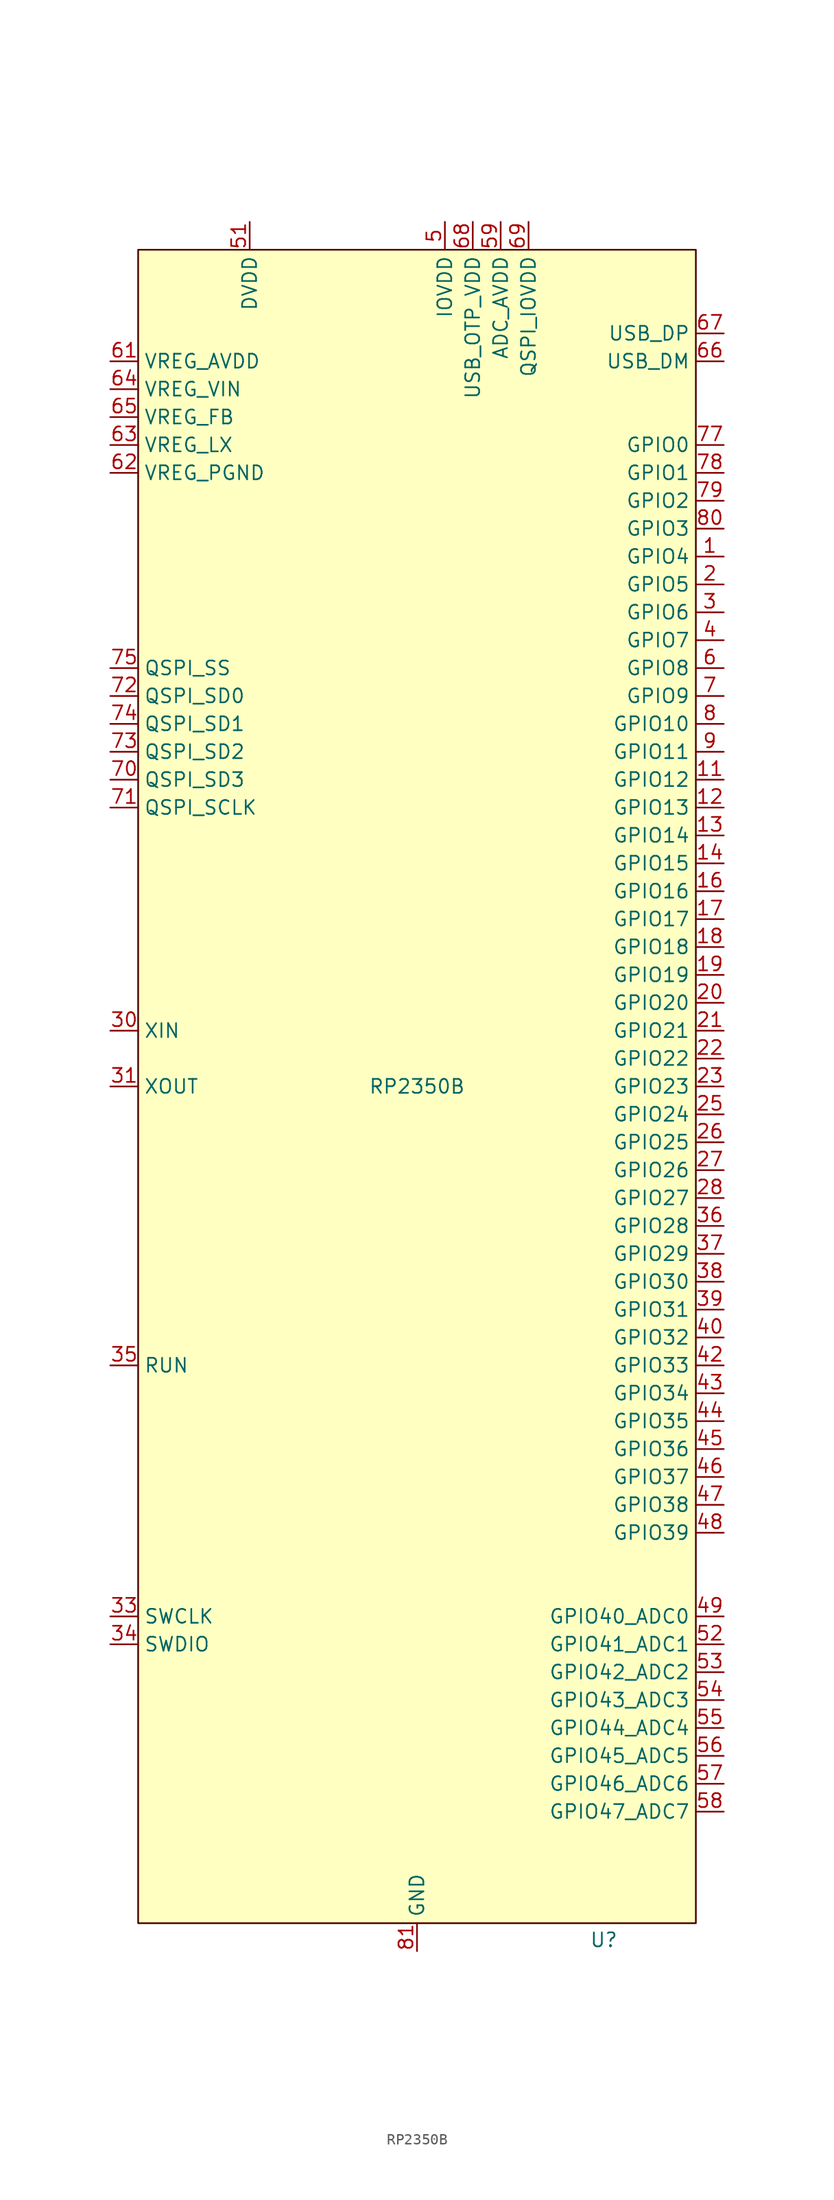
<source format=kicad_sym>
(kicad_symbol_lib
  (version 20231120)
  (generator "kicad_symbol_editor")
  (generator_version "8.0")
  (symbol "RP2350B"
    (property "Reference" "U"
      (at 17.018 -77.724 0)
      (effects (font (size 1.27 1.27))))
    (property "Value" "RP2350B"
      (at 0 0 0)
      (effects (font (size 1.27 1.27))))
    (symbol "RP2350B_1_1"
      (rectangle (start -25.4 76.2) (end 25.4 -76.2) (stroke (width 0) (type default) (color 72 0 0 1)) (fill (type color) (color 255 255 194 1)))
      (pin bidirectional line (at 27.94 48.26 180) (length 2.54) (name "GPIO4" (effects (font (size 1.27 1.27)))) (number "1" (effects (font (size 1.27 1.27)))))
      (pin power_in line (at -15.24 78.74 270) (length 2.54) hide (name "DVDD" (effects (font (size 1.27 1.27)))) (number "10" (effects (font (size 1.27 1.27)))))
      (pin bidirectional line (at 27.94 27.94 180) (length 2.54) (name "GPIO12" (effects (font (size 1.27 1.27)))) (number "11" (effects (font (size 1.27 1.27)))))
      (pin bidirectional line (at 27.94 25.4 180) (length 2.54) (name "GPIO13" (effects (font (size 1.27 1.27)))) (number "12" (effects (font (size 1.27 1.27)))))
      (pin bidirectional line (at 27.94 22.86 180) (length 2.54) (name "GPIO14" (effects (font (size 1.27 1.27)))) (number "13" (effects (font (size 1.27 1.27)))))
      (pin bidirectional line (at 27.94 20.32 180) (length 2.54) (name "GPIO15" (effects (font (size 1.27 1.27)))) (number "14" (effects (font (size 1.27 1.27)))))
      (pin power_in line (at 2.54 78.74 270) (length 2.54) hide (name "IOVDD" (effects (font (size 1.27 1.27)))) (number "15" (effects (font (size 1.27 1.27)))))
      (pin bidirectional line (at 27.94 17.78 180) (length 2.54) (name "GPIO16" (effects (font (size 1.27 1.27)))) (number "16" (effects (font (size 1.27 1.27)))))
      (pin bidirectional line (at 27.94 15.24 180) (length 2.54) (name "GPIO17" (effects (font (size 1.27 1.27)))) (number "17" (effects (font (size 1.27 1.27)))))
      (pin bidirectional line (at 27.94 12.7 180) (length 2.54) (name "GPIO18" (effects (font (size 1.27 1.27)))) (number "18" (effects (font (size 1.27 1.27)))))
      (pin bidirectional line (at 27.94 10.16 180) (length 2.54) (name "GPIO19" (effects (font (size 1.27 1.27)))) (number "19" (effects (font (size 1.27 1.27)))))
      (pin bidirectional line (at 27.94 45.72 180) (length 2.54) (name "GPIO5" (effects (font (size 1.27 1.27)))) (number "2" (effects (font (size 1.27 1.27)))))
      (pin bidirectional line (at 27.94 7.62 180) (length 2.54) (name "GPIO20" (effects (font (size 1.27 1.27)))) (number "20" (effects (font (size 1.27 1.27)))))
      (pin bidirectional line (at 27.94 5.08 180) (length 2.54) (name "GPIO21" (effects (font (size 1.27 1.27)))) (number "21" (effects (font (size 1.27 1.27)))))
      (pin bidirectional line (at 27.94 2.54 180) (length 2.54) (name "GPIO22" (effects (font (size 1.27 1.27)))) (number "22" (effects (font (size 1.27 1.27)))))
      (pin bidirectional line (at 27.94 0 180) (length 2.54) (name "GPIO23" (effects (font (size 1.27 1.27)))) (number "23" (effects (font (size 1.27 1.27)))))
      (pin power_in line (at 2.54 78.74 270) (length 2.54) hide (name "IOVDD" (effects (font (size 1.27 1.27)))) (number "24" (effects (font (size 1.27 1.27)))))
      (pin bidirectional line (at 27.94 -2.54 180) (length 2.54) (name "GPIO24" (effects (font (size 1.27 1.27)))) (number "25" (effects (font (size 1.27 1.27)))))
      (pin bidirectional line (at 27.94 -5.08 180) (length 2.54) (name "GPIO25" (effects (font (size 1.27 1.27)))) (number "26" (effects (font (size 1.27 1.27)))))
      (pin bidirectional line (at 27.94 -7.62 180) (length 2.54) (name "GPIO26" (effects (font (size 1.27 1.27)))) (number "27" (effects (font (size 1.27 1.27)))))
      (pin bidirectional line (at 27.94 -10.16 180) (length 2.54) (name "GPIO27" (effects (font (size 1.27 1.27)))) (number "28" (effects (font (size 1.27 1.27)))))
      (pin power_in line (at 2.54 78.74 270) (length 2.54) hide (name "IOVDD" (effects (font (size 1.27 1.27)))) (number "29" (effects (font (size 1.27 1.27)))))
      (pin bidirectional line (at 27.94 43.18 180) (length 2.54) (name "GPIO6" (effects (font (size 1.27 1.27)))) (number "3" (effects (font (size 1.27 1.27)))))
      (pin input line (at -27.94 5.08 0) (length 2.54) (name "XIN" (effects (font (size 1.27 1.27)))) (number "30" (effects (font (size 1.27 1.27)))))
      (pin output line (at -27.94 0 0) (length 2.54) (name "XOUT" (effects (font (size 1.27 1.27)))) (number "31" (effects (font (size 1.27 1.27)))))
      (pin power_in line (at -15.24 78.74 270) (length 2.54) hide (name "DVDD" (effects (font (size 1.27 1.27)))) (number "32" (effects (font (size 1.27 1.27)))))
      (pin output line (at -27.94 -48.26 0) (length 2.54) (name "SWCLK" (effects (font (size 1.27 1.27)))) (number "33" (effects (font (size 1.27 1.27)))))
      (pin bidirectional line (at -27.94 -50.8 0) (length 2.54) (name "SWDIO" (effects (font (size 1.27 1.27)))) (number "34" (effects (font (size 1.27 1.27)))))
      (pin input line (at -27.94 -25.4 0) (length 2.54) (name "RUN" (effects (font (size 1.27 1.27)))) (number "35" (effects (font (size 1.27 1.27)))))
      (pin bidirectional line (at 27.94 -12.7 180) (length 2.54) (name "GPIO28" (effects (font (size 1.27 1.27)))) (number "36" (effects (font (size 1.27 1.27)))))
      (pin bidirectional line (at 27.94 -15.24 180) (length 2.54) (name "GPIO29" (effects (font (size 1.27 1.27)))) (number "37" (effects (font (size 1.27 1.27)))))
      (pin bidirectional line (at 27.94 -17.78 180) (length 2.54) (name "GPIO30" (effects (font (size 1.27 1.27)))) (number "38" (effects (font (size 1.27 1.27)))))
      (pin bidirectional line (at 27.94 -20.32 180) (length 2.54) (name "GPIO31" (effects (font (size 1.27 1.27)))) (number "39" (effects (font (size 1.27 1.27)))))
      (pin bidirectional line (at 27.94 40.64 180) (length 2.54) (name "GPIO7" (effects (font (size 1.27 1.27)))) (number "4" (effects (font (size 1.27 1.27)))))
      (pin bidirectional line (at 27.94 -22.86 180) (length 2.54) (name "GPIO32" (effects (font (size 1.27 1.27)))) (number "40" (effects (font (size 1.27 1.27)))))
      (pin power_in line (at 2.54 78.74 270) (length 2.54) hide (name "IOVDD" (effects (font (size 1.27 1.27)))) (number "41" (effects (font (size 1.27 1.27)))))
      (pin bidirectional line (at 27.94 -25.4 180) (length 2.54) (name "GPIO33" (effects (font (size 1.27 1.27)))) (number "42" (effects (font (size 1.27 1.27)))))
      (pin bidirectional line (at 27.94 -27.94 180) (length 2.54) (name "GPIO34" (effects (font (size 1.27 1.27)))) (number "43" (effects (font (size 1.27 1.27)))))
      (pin bidirectional line (at 27.94 -30.48 180) (length 2.54) (name "GPIO35" (effects (font (size 1.27 1.27)))) (number "44" (effects (font (size 1.27 1.27)))))
      (pin bidirectional line (at 27.94 -33.02 180) (length 2.54) (name "GPIO36" (effects (font (size 1.27 1.27)))) (number "45" (effects (font (size 1.27 1.27)))))
      (pin bidirectional line (at 27.94 -35.56 180) (length 2.54) (name "GPIO37" (effects (font (size 1.27 1.27)))) (number "46" (effects (font (size 1.27 1.27)))))
      (pin bidirectional line (at 27.94 -38.1 180) (length 2.54) (name "GPIO38" (effects (font (size 1.27 1.27)))) (number "47" (effects (font (size 1.27 1.27)))))
      (pin bidirectional line (at 27.94 -40.64 180) (length 2.54) (name "GPIO39" (effects (font (size 1.27 1.27)))) (number "48" (effects (font (size 1.27 1.27)))))
      (pin bidirectional line (at 27.94 -48.26 180) (length 2.54) (name "GPIO40_ADC0" (effects (font (size 1.27 1.27)))) (number "49" (effects (font (size 1.27 1.27)))))
      (pin power_in line (at 2.54 78.74 270) (length 2.54) (name "IOVDD" (effects (font (size 1.27 1.27)))) (number "5" (effects (font (size 1.27 1.27)))))
      (pin power_in line (at 2.54 78.74 270) (length 2.54) hide (name "IOVDD" (effects (font (size 1.27 1.27)))) (number "50" (effects (font (size 1.27 1.27)))))
      (pin power_in line (at -15.24 78.74 270) (length 2.54) (name "DVDD" (effects (font (size 1.27 1.27)))) (number "51" (effects (font (size 1.27 1.27)))))
      (pin bidirectional line (at 27.94 -50.8 180) (length 2.54) (name "GPIO41_ADC1" (effects (font (size 1.27 1.27)))) (number "52" (effects (font (size 1.27 1.27)))))
      (pin bidirectional line (at 27.94 -53.34 180) (length 2.54) (name "GPIO42_ADC2" (effects (font (size 1.27 1.27)))) (number "53" (effects (font (size 1.27 1.27)))))
      (pin bidirectional line (at 27.94 -55.88 180) (length 2.54) (name "GPIO43_ADC3" (effects (font (size 1.27 1.27)))) (number "54" (effects (font (size 1.27 1.27)))))
      (pin bidirectional line (at 27.94 -58.42 180) (length 2.54) (name "GPIO44_ADC4" (effects (font (size 1.27 1.27)))) (number "55" (effects (font (size 1.27 1.27)))))
      (pin bidirectional line (at 27.94 -60.96 180) (length 2.54) (name "GPIO45_ADC5" (effects (font (size 1.27 1.27)))) (number "56" (effects (font (size 1.27 1.27)))))
      (pin bidirectional line (at 27.94 -63.5 180) (length 2.54) (name "GPIO46_ADC6" (effects (font (size 1.27 1.27)))) (number "57" (effects (font (size 1.27 1.27)))))
      (pin bidirectional line (at 27.94 -66.04 180) (length 2.54) (name "GPIO47_ADC7" (effects (font (size 1.27 1.27)))) (number "58" (effects (font (size 1.27 1.27)))))
      (pin power_in line (at 7.62 78.74 270) (length 2.54) (name "ADC_AVDD" (effects (font (size 1.27 1.27)))) (number "59" (effects (font (size 1.27 1.27)))))
      (pin bidirectional line (at 27.94 38.1 180) (length 2.54) (name "GPIO8" (effects (font (size 1.27 1.27)))) (number "6" (effects (font (size 1.27 1.27)))))
      (pin power_in line (at 2.54 78.74 270) (length 2.54) hide (name "IOVDD" (effects (font (size 1.27 1.27)))) (number "60" (effects (font (size 1.27 1.27)))))
      (pin power_in line (at -27.94 66.04 0) (length 2.54) (name "VREG_AVDD" (effects (font (size 1.27 1.27)))) (number "61" (effects (font (size 1.27 1.27)))))
      (pin power_in line (at -27.94 55.88 0) (length 2.54) (name "VREG_PGND" (effects (font (size 1.27 1.27)))) (number "62" (effects (font (size 1.27 1.27)))))
      (pin power_out line (at -27.94 58.42 0) (length 2.54) (name "VREG_LX" (effects (font (size 1.27 1.27)))) (number "63" (effects (font (size 1.27 1.27)))))
      (pin power_in line (at -27.94 63.5 0) (length 2.54) (name "VREG_VIN" (effects (font (size 1.27 1.27)))) (number "64" (effects (font (size 1.27 1.27)))))
      (pin input line (at -27.94 60.96 0) (length 2.54) (name "VREG_FB" (effects (font (size 1.27 1.27)))) (number "65" (effects (font (size 1.27 1.27)))))
      (pin bidirectional line (at 27.94 66.04 180) (length 2.54) (name "USB_DM" (effects (font (size 1.27 1.27)))) (number "66" (effects (font (size 1.27 1.27)))))
      (pin bidirectional line (at 27.94 68.58 180) (length 2.54) (name "USB_DP" (effects (font (size 1.27 1.27)))) (number "67" (effects (font (size 1.27 1.27)))))
      (pin power_in line (at 5.08 78.74 270) (length 2.54) (name "USB_OTP_VDD" (effects (font (size 1.27 1.27)))) (number "68" (effects (font (size 1.27 1.27)))))
      (pin power_in line (at 10.16 78.74 270) (length 2.54) (name "QSPI_IOVDD" (effects (font (size 1.27 1.27)))) (number "69" (effects (font (size 1.27 1.27)))))
      (pin bidirectional line (at 27.94 35.56 180) (length 2.54) (name "GPIO9" (effects (font (size 1.27 1.27)))) (number "7" (effects (font (size 1.27 1.27)))))
      (pin bidirectional line (at -27.94 27.94 0) (length 2.54) (name "QSPI_SD3" (effects (font (size 1.27 1.27)))) (number "70" (effects (font (size 1.27 1.27)))))
      (pin bidirectional line (at -27.94 25.4 0) (length 2.54) (name "QSPI_SCLK" (effects (font (size 1.27 1.27)))) (number "71" (effects (font (size 1.27 1.27)))))
      (pin bidirectional line (at -27.94 35.56 0) (length 2.54) (name "QSPI_SD0" (effects (font (size 1.27 1.27)))) (number "72" (effects (font (size 1.27 1.27)))))
      (pin bidirectional line (at -27.94 30.48 0) (length 2.54) (name "QSPI_SD2" (effects (font (size 1.27 1.27)))) (number "73" (effects (font (size 1.27 1.27)))))
      (pin bidirectional line (at -27.94 33.02 0) (length 2.54) (name "QSPI_SD1" (effects (font (size 1.27 1.27)))) (number "74" (effects (font (size 1.27 1.27)))))
      (pin bidirectional line (at -27.94 38.1 0) (length 2.54) (name "QSPI_SS" (effects (font (size 1.27 1.27)))) (number "75" (effects (font (size 1.27 1.27)))))
      (pin power_in line (at 2.54 78.74 270) (length 2.54) hide (name "IOVDD" (effects (font (size 1.27 1.27)))) (number "76" (effects (font (size 1.27 1.27)))))
      (pin bidirectional line (at 27.94 58.42 180) (length 2.54) (name "GPIO0" (effects (font (size 1.27 1.27)))) (number "77" (effects (font (size 1.27 1.27)))))
      (pin bidirectional line (at 27.94 55.88 180) (length 2.54) (name "GPIO1" (effects (font (size 1.27 1.27)))) (number "78" (effects (font (size 1.27 1.27)))))
      (pin bidirectional line (at 27.94 53.34 180) (length 2.54) (name "GPIO2" (effects (font (size 1.27 1.27)))) (number "79" (effects (font (size 1.27 1.27)))))
      (pin bidirectional line (at 27.94 33.02 180) (length 2.54) (name "GPIO10" (effects (font (size 1.27 1.27)))) (number "8" (effects (font (size 1.27 1.27)))))
      (pin bidirectional line (at 27.94 50.8 180) (length 2.54) (name "GPIO3" (effects (font (size 1.27 1.27)))) (number "80" (effects (font (size 1.27 1.27)))))
      (pin power_in line (at 0 -78.74 90) (length 2.54) (name "GND" (effects (font (size 1.27 1.27)))) (number "81" (effects (font (size 1.27 1.27)))))
      (pin bidirectional line (at 27.94 30.48 180) (length 2.54) (name "GPIO11" (effects (font (size 1.27 1.27)))) (number "9" (effects (font (size 1.27 1.27))))))))
</source>
